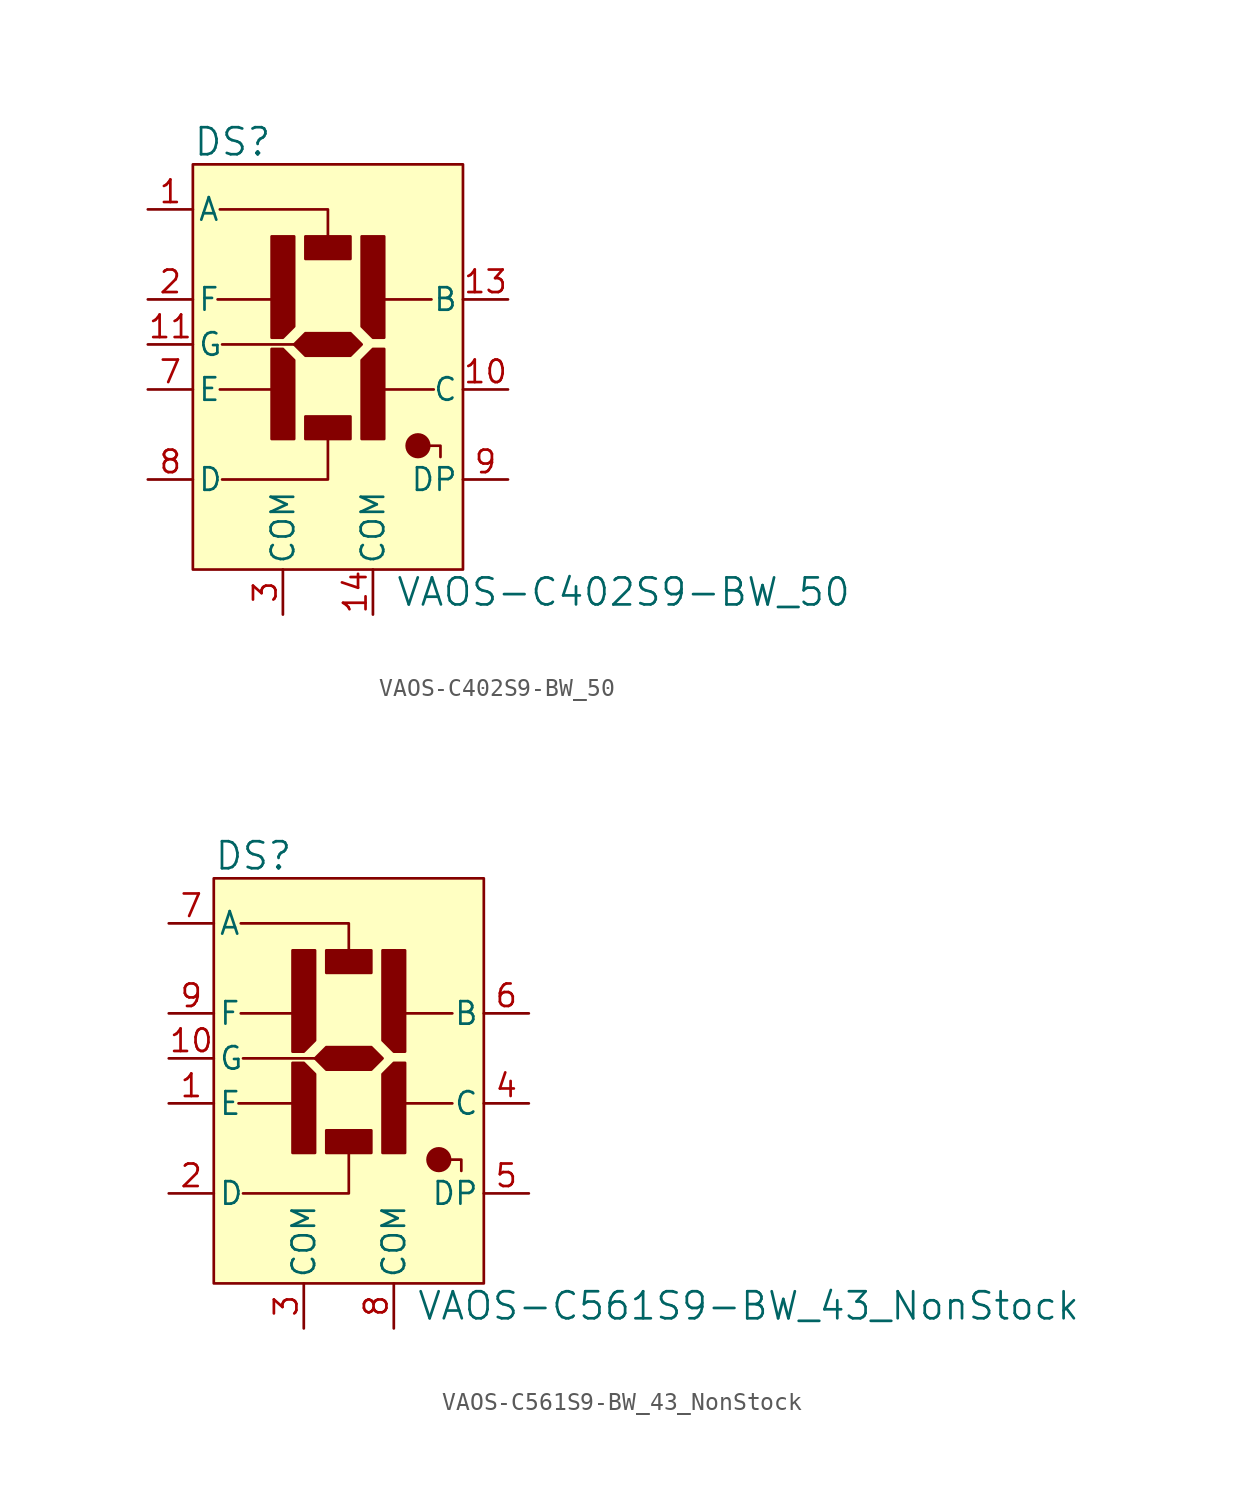
<source format=kicad_sym>
(kicad_symbol_lib
  (version 20220914)
  (generator kicad_symbol_editor)
  (symbol "VAOS-C402S9-BW_50"
    (pin_names
      (offset 0.254))
    (property "Reference" "DS"
      (at -7.62 11.43 0)
      (effects (font (size 1.524 1.524)) (justify left)))
    (property "Value" "VAOS-C402S9-BW_50"
      (at 3.81 -13.97 0)
      (effects (font (size 1.524 1.524)) (justify left)))
    (symbol "VAOS-C402S9-BW_50_0_1"
      (rectangle (start -7.62 10.16) (end 7.62 -12.7) (stroke (width 0) (type default)) (fill (type background)))
      (rectangle (start -1.27 -4.064) (end 1.27 -5.334) (stroke (width 0) (type default)) (fill (type outline)))
      (polyline (pts (xy -6.223 2.54) (xy -2.54 2.54)) (stroke (width 0) (type default)) (fill (type none)))
      (polyline (pts (xy -6.096 -2.54) (xy -2.54 -2.54)) (stroke (width 0) (type default)) (fill (type none)))
      (polyline (pts (xy -5.969 0) (xy 0 0)) (stroke (width 0) (type default)) (fill (type none)))
      (polyline (pts (xy 5.842 2.54) (xy 2.54 2.54)) (stroke (width 0) (type default)) (fill (type none)))
      (polyline (pts (xy 5.969 -2.54) (xy 2.54 -2.54)) (stroke (width 0) (type default)) (fill (type none)))
      (polyline (pts (xy -6.096 7.62) (xy 0 7.62) (xy 0 5.08)) (stroke (width 0) (type default)) (fill (type none)))
      (polyline (pts (xy -5.969 -7.62) (xy 0 -7.62) (xy 0 -5.08)) (stroke (width 0) (type default)) (fill (type none)))
      (polyline (pts (xy 6.35 -6.35) (xy 6.35 -5.715) (xy 5.08 -5.715)) (stroke (width 0) (type default)) (fill (type none)))
      (polyline (pts (xy -1.905 1.016) (xy -2.54 0.381) (xy -3.175 0.381) (xy -3.175 6.096) (xy -1.905 6.096) (xy -1.905 1.016)) (stroke (width 0) (type default)) (fill (type outline)))
      (polyline (pts (xy 1.905 -0.889) (xy 2.54 -0.254) (xy 3.175 -0.254) (xy 3.175 -5.334) (xy 1.905 -5.334) (xy 1.905 -0.889)) (stroke (width 0) (type default)) (fill (type outline)))
      (polyline (pts (xy 1.905 1.016) (xy 2.54 0.381) (xy 3.175 0.381) (xy 3.175 6.096) (xy 1.905 6.096) (xy 1.905 1.016)) (stroke (width 0) (type default)) (fill (type outline)))
      (polyline (pts (xy -1.905 -0.889) (xy -2.54 -0.254) (xy -3.175 -0.254) (xy -3.175 -5.334) (xy -2.54 -5.334) (xy -1.905 -5.334) (xy -1.905 -0.889)) (stroke (width 0) (type default)) (fill (type outline)))
      (polyline (pts (xy -1.905 0) (xy -1.27 0.635) (xy 1.27 0.635) (xy 1.905 0) (xy 1.27 -0.635) (xy -1.27 -0.635) (xy -1.905 0)) (stroke (width 0) (type default)) (fill (type outline)))
      (rectangle (start 1.27 4.826) (end -1.27 6.096) (stroke (width 0) (type default)) (fill (type outline)))
      (circle (center 5.08 -5.715) (radius 0.635) (stroke (width 0) (type default)) (fill (type outline))))
    (symbol "VAOS-C402S9-BW_50_1_0"
      (pin passive line (at 2.54 -15.24 90) (length 2.54) (name "COM" (effects (font (size 1.27 1.27)))) (number "14" (effects (font (size 1.27 1.27)))))
      (pin passive line (at -2.54 -15.24 90) (length 2.54) (name "COM" (effects (font (size 1.27 1.27)))) (number "3" (effects (font (size 1.27 1.27))))))
    (symbol "VAOS-C402S9-BW_50_1_1"
      (pin input line (at -10.16 7.62 0) (length 2.54) (name "A" (effects (font (size 1.27 1.27)))) (number "1" (effects (font (size 1.27 1.27)))))
      (pin input line (at 10.16 -2.54 180) (length 2.54) (name "C" (effects (font (size 1.27 1.27)))) (number "10" (effects (font (size 1.27 1.27)))))
      (pin input line (at -10.16 0 0) (length 2.54) (name "G" (effects (font (size 1.27 1.27)))) (number "11" (effects (font (size 1.27 1.27)))))
      (pin input line (at 10.16 2.54 180) (length 2.54) (name "B" (effects (font (size 1.27 1.27)))) (number "13" (effects (font (size 1.27 1.27)))))
      (pin input line (at -10.16 2.54 0) (length 2.54) (name "F" (effects (font (size 1.27 1.27)))) (number "2" (effects (font (size 1.27 1.27)))))
      (pin input line (at -10.16 -2.54 0) (length 2.54) (name "E" (effects (font (size 1.27 1.27)))) (number "7" (effects (font (size 1.27 1.27)))))
      (pin input line (at -10.16 -7.62 0) (length 2.54) (name "D" (effects (font (size 1.27 1.27)))) (number "8" (effects (font (size 1.27 1.27)))))
      (pin input line (at 10.16 -7.62 180) (length 2.54) (name "DP" (effects (font (size 1.27 1.27)))) (number "9" (effects (font (size 1.27 1.27)))))))
  (symbol "VAOS-C561S9-BW_43_NonStock"
    (pin_names
      (offset 0.254))
    (property "Reference" "DS"
      (at -7.62 11.43 0)
      (effects (font (size 1.524 1.524)) (justify left)))
    (property "Value" "VAOS-C561S9-BW_43_NonStock"
      (at 3.81 -13.97 0)
      (effects (font (size 1.524 1.524)) (justify left)))
    (symbol "VAOS-C561S9-BW_43_NonStock_0_1"
      (rectangle (start -7.62 10.16) (end 7.62 -12.7) (stroke (width 0) (type default)) (fill (type background)))
      (rectangle (start -1.27 -4.064) (end 1.27 -5.334) (stroke (width 0) (type default)) (fill (type outline)))
      (polyline (pts (xy -6.223 -2.54) (xy -2.54 -2.54)) (stroke (width 0) (type default)) (fill (type none)))
      (polyline (pts (xy -6.096 2.54) (xy -2.54 2.54)) (stroke (width 0) (type default)) (fill (type none)))
      (polyline (pts (xy -5.969 0) (xy 0 0)) (stroke (width 0) (type default)) (fill (type none)))
      (polyline (pts (xy 5.842 -2.54) (xy 2.54 -2.54)) (stroke (width 0) (type default)) (fill (type none)))
      (polyline (pts (xy 5.842 2.54) (xy 2.54 2.54)) (stroke (width 0) (type default)) (fill (type none)))
      (polyline (pts (xy -6.096 7.62) (xy 0 7.62) (xy 0 5.08)) (stroke (width 0) (type default)) (fill (type none)))
      (polyline (pts (xy -5.969 -7.62) (xy 0 -7.62) (xy 0 -5.08)) (stroke (width 0) (type default)) (fill (type none)))
      (polyline (pts (xy 6.35 -6.35) (xy 6.35 -5.715) (xy 5.08 -5.715)) (stroke (width 0) (type default)) (fill (type none)))
      (polyline (pts (xy -1.905 1.016) (xy -2.54 0.381) (xy -3.175 0.381) (xy -3.175 6.096) (xy -1.905 6.096) (xy -1.905 1.016)) (stroke (width 0) (type default)) (fill (type outline)))
      (polyline (pts (xy 1.905 -0.889) (xy 2.54 -0.254) (xy 3.175 -0.254) (xy 3.175 -5.334) (xy 1.905 -5.334) (xy 1.905 -0.889)) (stroke (width 0) (type default)) (fill (type outline)))
      (polyline (pts (xy 1.905 1.016) (xy 2.54 0.381) (xy 3.175 0.381) (xy 3.175 6.096) (xy 1.905 6.096) (xy 1.905 1.016)) (stroke (width 0) (type default)) (fill (type outline)))
      (polyline (pts (xy -1.905 -0.889) (xy -2.54 -0.254) (xy -3.175 -0.254) (xy -3.175 -5.334) (xy -2.54 -5.334) (xy -1.905 -5.334) (xy -1.905 -0.889)) (stroke (width 0) (type default)) (fill (type outline)))
      (polyline (pts (xy -1.905 0) (xy -1.27 0.635) (xy 1.27 0.635) (xy 1.905 0) (xy 1.27 -0.635) (xy -1.27 -0.635) (xy -1.905 0)) (stroke (width 0) (type default)) (fill (type outline)))
      (rectangle (start 1.27 4.826) (end -1.27 6.096) (stroke (width 0) (type default)) (fill (type outline)))
      (circle (center 5.08 -5.715) (radius 0.635) (stroke (width 0) (type default)) (fill (type outline))))
    (symbol "VAOS-C561S9-BW_43_NonStock_1_0"
      (pin passive line (at -2.54 -15.24 90) (length 2.54) (name "COM" (effects (font (size 1.27 1.27)))) (number "3" (effects (font (size 1.27 1.27)))))
      (pin passive line (at 2.54 -15.24 90) (length 2.54) (name "COM" (effects (font (size 1.27 1.27)))) (number "8" (effects (font (size 1.27 1.27))))))
    (symbol "VAOS-C561S9-BW_43_NonStock_1_1"
      (pin input line (at -10.16 -2.54 0) (length 2.54) (name "E" (effects (font (size 1.27 1.27)))) (number "1" (effects (font (size 1.27 1.27)))))
      (pin input line (at -10.16 0 0) (length 2.54) (name "G" (effects (font (size 1.27 1.27)))) (number "10" (effects (font (size 1.27 1.27)))))
      (pin input line (at -10.16 -7.62 0) (length 2.54) (name "D" (effects (font (size 1.27 1.27)))) (number "2" (effects (font (size 1.27 1.27)))))
      (pin input line (at 10.16 -2.54 180) (length 2.54) (name "C" (effects (font (size 1.27 1.27)))) (number "4" (effects (font (size 1.27 1.27)))))
      (pin input line (at 10.16 -7.62 180) (length 2.54) (name "DP" (effects (font (size 1.27 1.27)))) (number "5" (effects (font (size 1.27 1.27)))))
      (pin input line (at 10.16 2.54 180) (length 2.54) (name "B" (effects (font (size 1.27 1.27)))) (number "6" (effects (font (size 1.27 1.27)))))
      (pin input line (at -10.16 7.62 0) (length 2.54) (name "A" (effects (font (size 1.27 1.27)))) (number "7" (effects (font (size 1.27 1.27)))))
      (pin input line (at -10.16 2.54 0) (length 2.54) (name "F" (effects (font (size 1.27 1.27)))) (number "9" (effects (font (size 1.27 1.27))))))))
</source>
